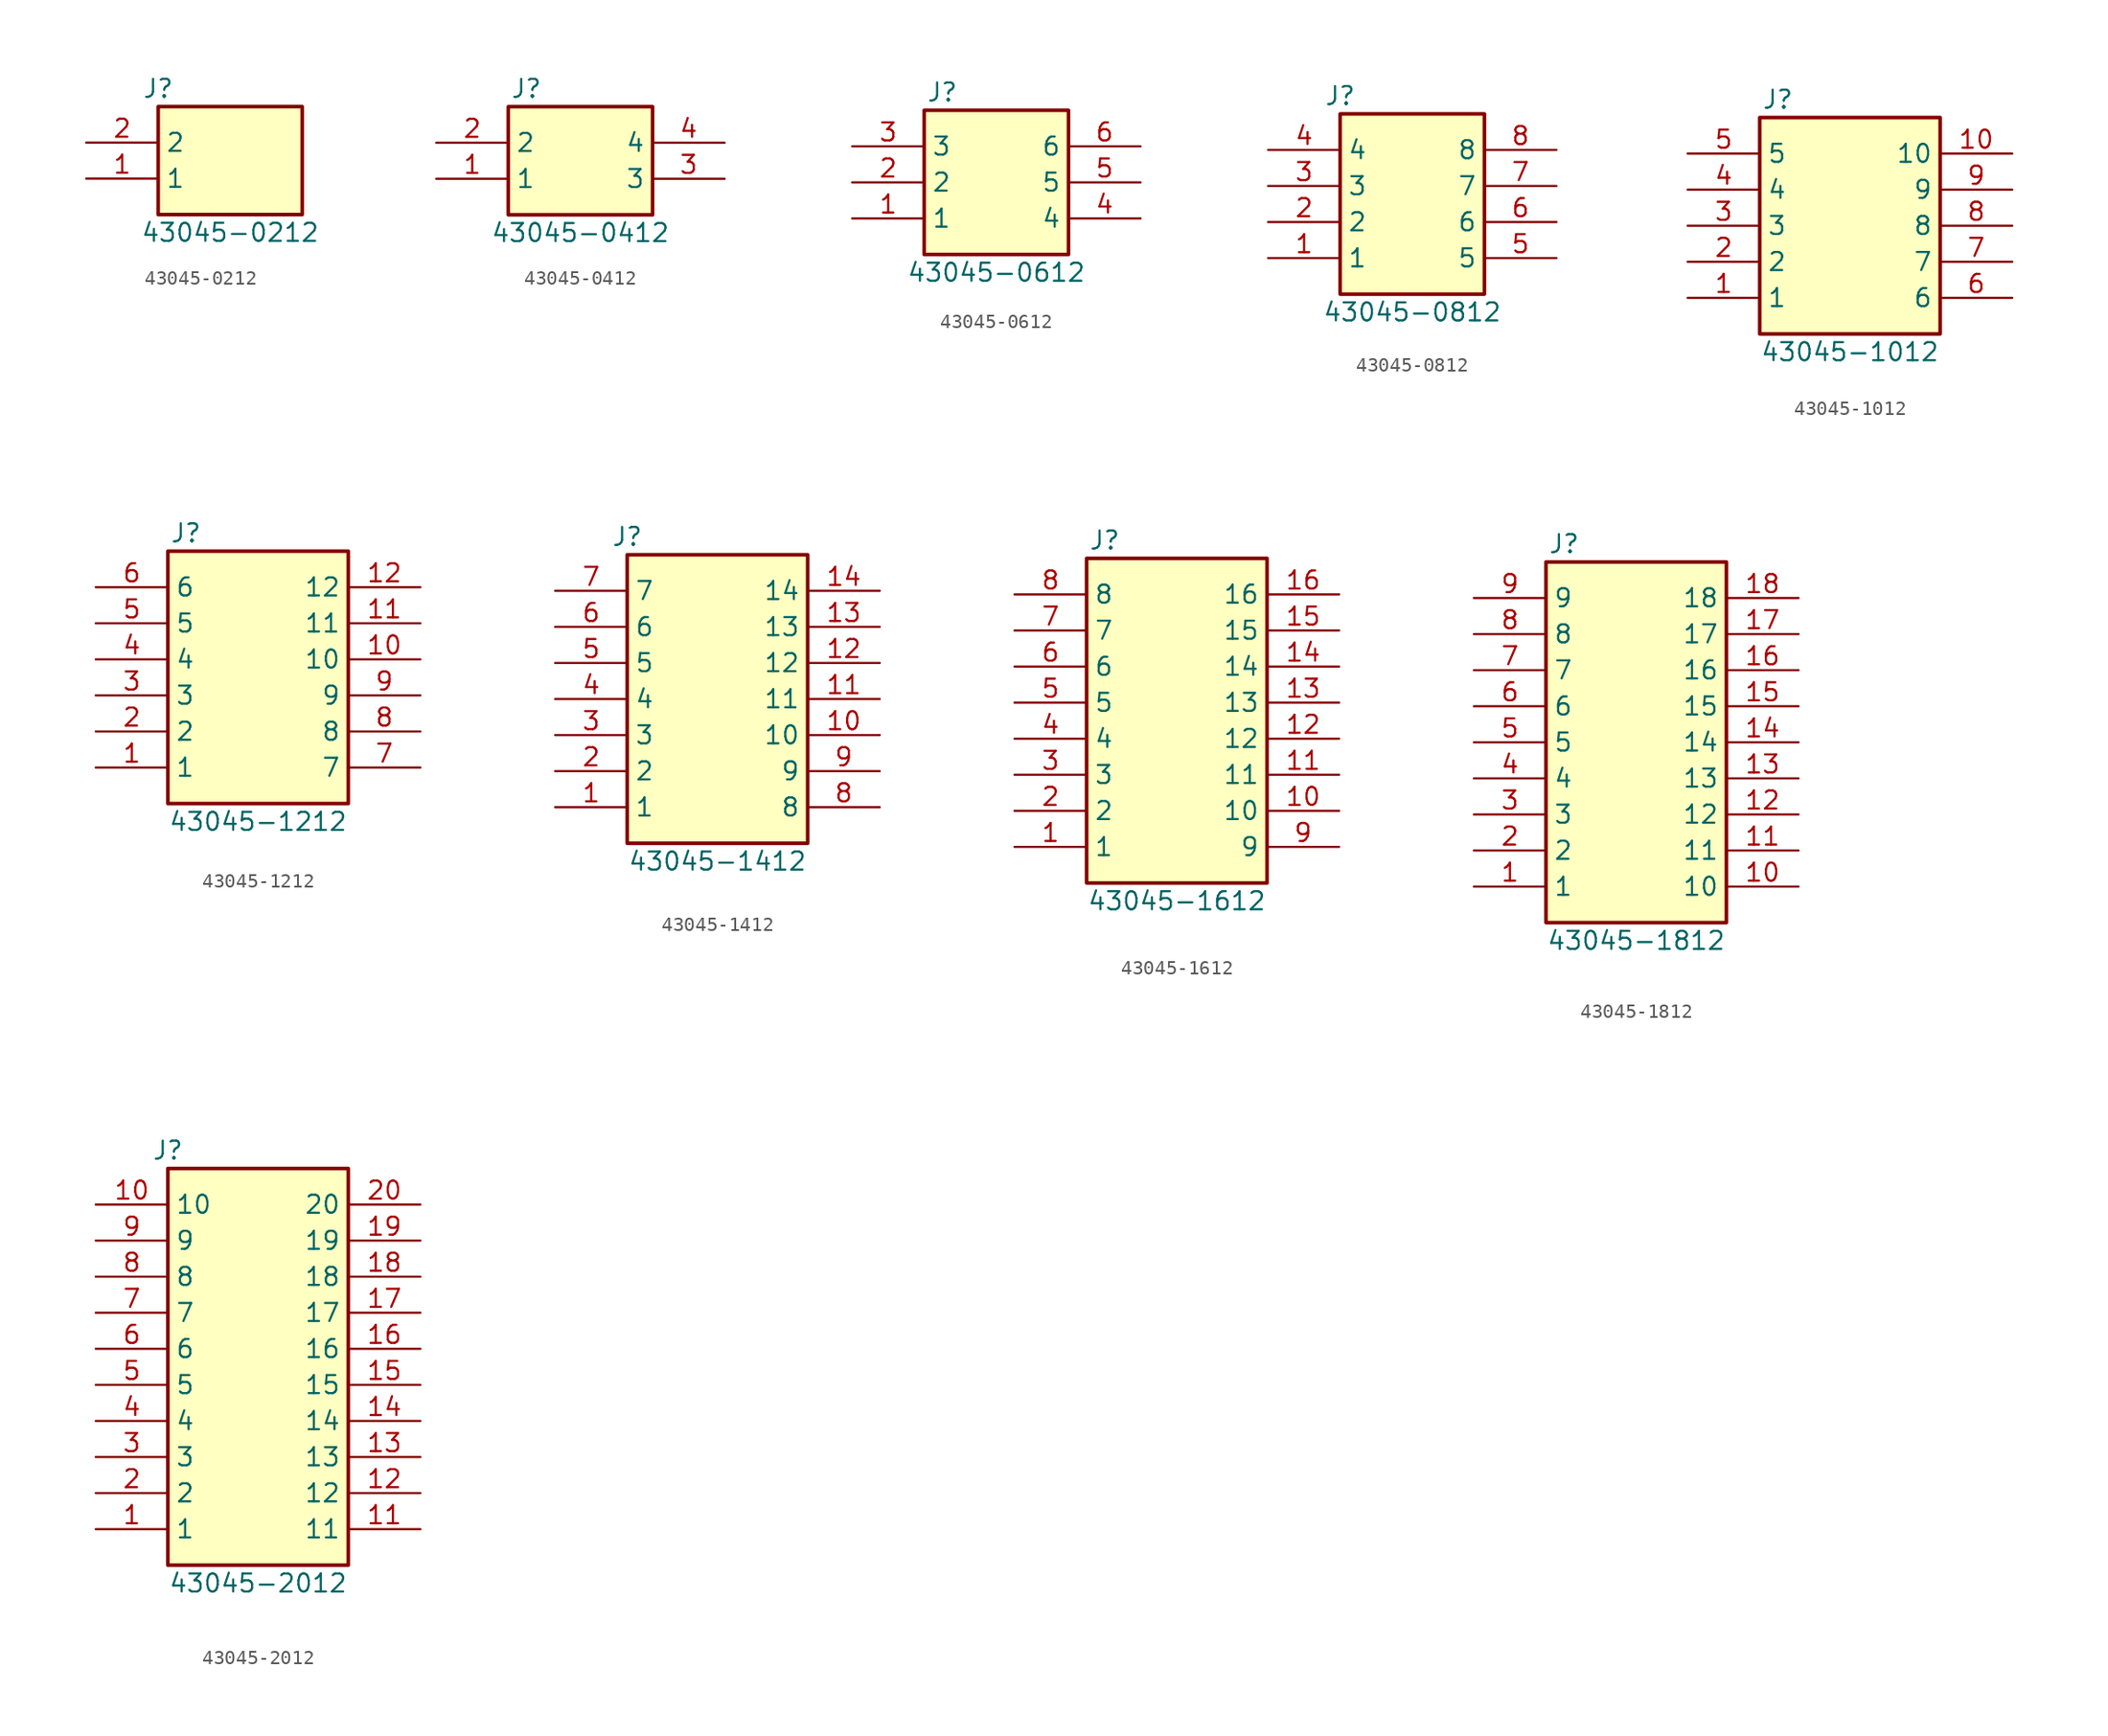
<source format=kicad_sym>
(kicad_symbol_lib
  (version 20220914)
  (generator kicad_symbol_editor)
  (symbol "43045-0212"
    (property "Reference" "J"
      (at -5.08 5.08 0)
      (effects (font (size 1.27 1.27))))
    (property "Value" "43045-0212"
      (at 0 -5.08 0)
      (effects (font (size 1.27 1.27))))
    (symbol "43045-0212_1_1"
      (rectangle (start -5.08 3.81) (end 5.08 -3.81) (stroke (width 0.254) (type default)) (fill (type background)))
      (pin passive line (at -10.16 -1.27 0) (length 5.08) (name "1" (effects (font (size 1.27 1.27)))) (number "1" (effects (font (size 1.27 1.27)))))
      (pin passive line (at -10.16 1.27 0) (length 5.08) (name "2" (effects (font (size 1.27 1.27)))) (number "2" (effects (font (size 1.27 1.27)))))))
  (symbol "43045-0412"
    (property "Reference" "J"
      (at -3.81 5.08 0)
      (effects (font (size 1.27 1.27))))
    (property "Value" "43045-0412"
      (at 0 -5.08 0)
      (effects (font (size 1.27 1.27))))
    (symbol "43045-0412_1_1"
      (rectangle (start -5.08 3.81) (end 5.08 -3.81) (stroke (width 0.254) (type default)) (fill (type background)))
      (pin passive line (at -10.16 -1.27 0) (length 5.08) (name "1" (effects (font (size 1.27 1.27)))) (number "1" (effects (font (size 1.27 1.27)))))
      (pin passive line (at -10.16 1.27 0) (length 5.08) (name "2" (effects (font (size 1.27 1.27)))) (number "2" (effects (font (size 1.27 1.27)))))
      (pin passive line (at 10.16 -1.27 180) (length 5.08) (name "3" (effects (font (size 1.27 1.27)))) (number "3" (effects (font (size 1.27 1.27)))))
      (pin passive line (at 10.16 1.27 180) (length 5.08) (name "4" (effects (font (size 1.27 1.27)))) (number "4" (effects (font (size 1.27 1.27)))))))
  (symbol "43045-0612"
    (property "Reference" "J"
      (at -3.81 6.35 0)
      (effects (font (size 1.27 1.27))))
    (property "Value" "43045-0612"
      (at 0 -6.35 0)
      (effects (font (size 1.27 1.27))))
    (symbol "43045-0612_1_1"
      (rectangle (start -5.08 5.08) (end 5.08 -5.08) (stroke (width 0.254) (type default)) (fill (type background)))
      (pin passive line (at -10.16 -2.54 0) (length 5.08) (name "1" (effects (font (size 1.27 1.27)))) (number "1" (effects (font (size 1.27 1.27)))))
      (pin passive line (at -10.16 0 0) (length 5.08) (name "2" (effects (font (size 1.27 1.27)))) (number "2" (effects (font (size 1.27 1.27)))))
      (pin passive line (at -10.16 2.54 0) (length 5.08) (name "3" (effects (font (size 1.27 1.27)))) (number "3" (effects (font (size 1.27 1.27)))))
      (pin passive line (at 10.16 -2.54 180) (length 5.08) (name "4" (effects (font (size 1.27 1.27)))) (number "4" (effects (font (size 1.27 1.27)))))
      (pin passive line (at 10.16 0 180) (length 5.08) (name "5" (effects (font (size 1.27 1.27)))) (number "5" (effects (font (size 1.27 1.27)))))
      (pin passive line (at 10.16 2.54 180) (length 5.08) (name "6" (effects (font (size 1.27 1.27)))) (number "6" (effects (font (size 1.27 1.27)))))))
  (symbol "43045-0812"
    (property "Reference" "J"
      (at -5.08 7.62 0)
      (effects (font (size 1.27 1.27))))
    (property "Value" "43045-0812"
      (at 0 -7.62 0)
      (effects (font (size 1.27 1.27))))
    (symbol "43045-0812_1_1"
      (rectangle (start -5.08 6.35) (end 5.08 -6.35) (stroke (width 0.254) (type default)) (fill (type background)))
      (pin passive line (at -10.16 -3.81 0) (length 5.08) (name "1" (effects (font (size 1.27 1.27)))) (number "1" (effects (font (size 1.27 1.27)))))
      (pin passive line (at -10.16 -1.27 0) (length 5.08) (name "2" (effects (font (size 1.27 1.27)))) (number "2" (effects (font (size 1.27 1.27)))))
      (pin passive line (at -10.16 1.27 0) (length 5.08) (name "3" (effects (font (size 1.27 1.27)))) (number "3" (effects (font (size 1.27 1.27)))))
      (pin passive line (at -10.16 3.81 0) (length 5.08) (name "4" (effects (font (size 1.27 1.27)))) (number "4" (effects (font (size 1.27 1.27)))))
      (pin passive line (at 10.16 -3.81 180) (length 5.08) (name "5" (effects (font (size 1.27 1.27)))) (number "5" (effects (font (size 1.27 1.27)))))
      (pin passive line (at 10.16 -1.27 180) (length 5.08) (name "6" (effects (font (size 1.27 1.27)))) (number "6" (effects (font (size 1.27 1.27)))))
      (pin passive line (at 10.16 1.27 180) (length 5.08) (name "7" (effects (font (size 1.27 1.27)))) (number "7" (effects (font (size 1.27 1.27)))))
      (pin passive line (at 10.16 3.81 180) (length 5.08) (name "8" (effects (font (size 1.27 1.27)))) (number "8" (effects (font (size 1.27 1.27)))))))
  (symbol "43045-1012"
    (property "Reference" "J"
      (at -5.08 8.89 0)
      (effects (font (size 1.27 1.27))))
    (property "Value" "43045-1012"
      (at 0 -8.89 0)
      (effects (font (size 1.27 1.27))))
    (symbol "43045-1012_1_1"
      (rectangle (start -6.35 7.62) (end 6.35 -7.62) (stroke (width 0.254) (type default)) (fill (type background)))
      (pin passive line (at -11.43 -5.08 0) (length 5.08) (name "1" (effects (font (size 1.27 1.27)))) (number "1" (effects (font (size 1.27 1.27)))))
      (pin passive line (at 11.43 5.08 180) (length 5.08) (name "10" (effects (font (size 1.27 1.27)))) (number "10" (effects (font (size 1.27 1.27)))))
      (pin passive line (at -11.43 -2.54 0) (length 5.08) (name "2" (effects (font (size 1.27 1.27)))) (number "2" (effects (font (size 1.27 1.27)))))
      (pin passive line (at -11.43 0 0) (length 5.08) (name "3" (effects (font (size 1.27 1.27)))) (number "3" (effects (font (size 1.27 1.27)))))
      (pin passive line (at -11.43 2.54 0) (length 5.08) (name "4" (effects (font (size 1.27 1.27)))) (number "4" (effects (font (size 1.27 1.27)))))
      (pin passive line (at -11.43 5.08 0) (length 5.08) (name "5" (effects (font (size 1.27 1.27)))) (number "5" (effects (font (size 1.27 1.27)))))
      (pin passive line (at 11.43 -5.08 180) (length 5.08) (name "6" (effects (font (size 1.27 1.27)))) (number "6" (effects (font (size 1.27 1.27)))))
      (pin passive line (at 11.43 -2.54 180) (length 5.08) (name "7" (effects (font (size 1.27 1.27)))) (number "7" (effects (font (size 1.27 1.27)))))
      (pin passive line (at 11.43 0 180) (length 5.08) (name "8" (effects (font (size 1.27 1.27)))) (number "8" (effects (font (size 1.27 1.27)))))
      (pin passive line (at 11.43 2.54 180) (length 5.08) (name "9" (effects (font (size 1.27 1.27)))) (number "9" (effects (font (size 1.27 1.27)))))))
  (symbol "43045-1212"
    (property "Reference" "J"
      (at -5.08 10.16 0)
      (effects (font (size 1.27 1.27))))
    (property "Value" "43045-1212"
      (at 0 -10.16 0)
      (effects (font (size 1.27 1.27))))
    (symbol "43045-1212_1_1"
      (rectangle (start -6.35 8.89) (end 6.35 -8.89) (stroke (width 0.254) (type default)) (fill (type background)))
      (pin passive line (at -11.43 -6.35 0) (length 5.08) (name "1" (effects (font (size 1.27 1.27)))) (number "1" (effects (font (size 1.27 1.27)))))
      (pin passive line (at 11.43 1.27 180) (length 5.08) (name "10" (effects (font (size 1.27 1.27)))) (number "10" (effects (font (size 1.27 1.27)))))
      (pin passive line (at 11.43 3.81 180) (length 5.08) (name "11" (effects (font (size 1.27 1.27)))) (number "11" (effects (font (size 1.27 1.27)))))
      (pin passive line (at 11.43 6.35 180) (length 5.08) (name "12" (effects (font (size 1.27 1.27)))) (number "12" (effects (font (size 1.27 1.27)))))
      (pin passive line (at -11.43 -3.81 0) (length 5.08) (name "2" (effects (font (size 1.27 1.27)))) (number "2" (effects (font (size 1.27 1.27)))))
      (pin passive line (at -11.43 -1.27 0) (length 5.08) (name "3" (effects (font (size 1.27 1.27)))) (number "3" (effects (font (size 1.27 1.27)))))
      (pin passive line (at -11.43 1.27 0) (length 5.08) (name "4" (effects (font (size 1.27 1.27)))) (number "4" (effects (font (size 1.27 1.27)))))
      (pin passive line (at -11.43 3.81 0) (length 5.08) (name "5" (effects (font (size 1.27 1.27)))) (number "5" (effects (font (size 1.27 1.27)))))
      (pin passive line (at -11.43 6.35 0) (length 5.08) (name "6" (effects (font (size 1.27 1.27)))) (number "6" (effects (font (size 1.27 1.27)))))
      (pin passive line (at 11.43 -6.35 180) (length 5.08) (name "7" (effects (font (size 1.27 1.27)))) (number "7" (effects (font (size 1.27 1.27)))))
      (pin passive line (at 11.43 -3.81 180) (length 5.08) (name "8" (effects (font (size 1.27 1.27)))) (number "8" (effects (font (size 1.27 1.27)))))
      (pin passive line (at 11.43 -1.27 180) (length 5.08) (name "9" (effects (font (size 1.27 1.27)))) (number "9" (effects (font (size 1.27 1.27)))))))
  (symbol "43045-1412"
    (property "Reference" "J"
      (at -6.35 11.43 0)
      (effects (font (size 1.27 1.27))))
    (property "Value" "43045-1412"
      (at 0 -11.43 0)
      (effects (font (size 1.27 1.27))))
    (symbol "43045-1412_1_1"
      (rectangle (start -6.35 10.16) (end 6.35 -10.16) (stroke (width 0.254) (type default)) (fill (type background)))
      (pin passive line (at -11.43 -7.62 0) (length 5.08) (name "1" (effects (font (size 1.27 1.27)))) (number "1" (effects (font (size 1.27 1.27)))))
      (pin passive line (at 11.43 -2.54 180) (length 5.08) (name "10" (effects (font (size 1.27 1.27)))) (number "10" (effects (font (size 1.27 1.27)))))
      (pin passive line (at 11.43 0 180) (length 5.08) (name "11" (effects (font (size 1.27 1.27)))) (number "11" (effects (font (size 1.27 1.27)))))
      (pin passive line (at 11.43 2.54 180) (length 5.08) (name "12" (effects (font (size 1.27 1.27)))) (number "12" (effects (font (size 1.27 1.27)))))
      (pin passive line (at 11.43 5.08 180) (length 5.08) (name "13" (effects (font (size 1.27 1.27)))) (number "13" (effects (font (size 1.27 1.27)))))
      (pin passive line (at 11.43 7.62 180) (length 5.08) (name "14" (effects (font (size 1.27 1.27)))) (number "14" (effects (font (size 1.27 1.27)))))
      (pin passive line (at -11.43 -5.08 0) (length 5.08) (name "2" (effects (font (size 1.27 1.27)))) (number "2" (effects (font (size 1.27 1.27)))))
      (pin passive line (at -11.43 -2.54 0) (length 5.08) (name "3" (effects (font (size 1.27 1.27)))) (number "3" (effects (font (size 1.27 1.27)))))
      (pin passive line (at -11.43 0 0) (length 5.08) (name "4" (effects (font (size 1.27 1.27)))) (number "4" (effects (font (size 1.27 1.27)))))
      (pin passive line (at -11.43 2.54 0) (length 5.08) (name "5" (effects (font (size 1.27 1.27)))) (number "5" (effects (font (size 1.27 1.27)))))
      (pin passive line (at -11.43 5.08 0) (length 5.08) (name "6" (effects (font (size 1.27 1.27)))) (number "6" (effects (font (size 1.27 1.27)))))
      (pin passive line (at -11.43 7.62 0) (length 5.08) (name "7" (effects (font (size 1.27 1.27)))) (number "7" (effects (font (size 1.27 1.27)))))
      (pin passive line (at 11.43 -7.62 180) (length 5.08) (name "8" (effects (font (size 1.27 1.27)))) (number "8" (effects (font (size 1.27 1.27)))))
      (pin passive line (at 11.43 -5.08 180) (length 5.08) (name "9" (effects (font (size 1.27 1.27)))) (number "9" (effects (font (size 1.27 1.27)))))))
  (symbol "43045-1612"
    (property "Reference" "J"
      (at -5.08 12.7 0)
      (effects (font (size 1.27 1.27))))
    (property "Value" "43045-1612"
      (at 0 -12.7 0)
      (effects (font (size 1.27 1.27))))
    (symbol "43045-1612_1_1"
      (rectangle (start -6.35 11.43) (end 6.35 -11.43) (stroke (width 0.254) (type default)) (fill (type background)))
      (pin passive line (at -11.43 -8.89 0) (length 5.08) (name "1" (effects (font (size 1.27 1.27)))) (number "1" (effects (font (size 1.27 1.27)))))
      (pin passive line (at 11.43 -6.35 180) (length 5.08) (name "10" (effects (font (size 1.27 1.27)))) (number "10" (effects (font (size 1.27 1.27)))))
      (pin passive line (at 11.43 -3.81 180) (length 5.08) (name "11" (effects (font (size 1.27 1.27)))) (number "11" (effects (font (size 1.27 1.27)))))
      (pin passive line (at 11.43 -1.27 180) (length 5.08) (name "12" (effects (font (size 1.27 1.27)))) (number "12" (effects (font (size 1.27 1.27)))))
      (pin passive line (at 11.43 1.27 180) (length 5.08) (name "13" (effects (font (size 1.27 1.27)))) (number "13" (effects (font (size 1.27 1.27)))))
      (pin passive line (at 11.43 3.81 180) (length 5.08) (name "14" (effects (font (size 1.27 1.27)))) (number "14" (effects (font (size 1.27 1.27)))))
      (pin passive line (at 11.43 6.35 180) (length 5.08) (name "15" (effects (font (size 1.27 1.27)))) (number "15" (effects (font (size 1.27 1.27)))))
      (pin passive line (at 11.43 8.89 180) (length 5.08) (name "16" (effects (font (size 1.27 1.27)))) (number "16" (effects (font (size 1.27 1.27)))))
      (pin passive line (at -11.43 -6.35 0) (length 5.08) (name "2" (effects (font (size 1.27 1.27)))) (number "2" (effects (font (size 1.27 1.27)))))
      (pin passive line (at -11.43 -3.81 0) (length 5.08) (name "3" (effects (font (size 1.27 1.27)))) (number "3" (effects (font (size 1.27 1.27)))))
      (pin passive line (at -11.43 -1.27 0) (length 5.08) (name "4" (effects (font (size 1.27 1.27)))) (number "4" (effects (font (size 1.27 1.27)))))
      (pin passive line (at -11.43 1.27 0) (length 5.08) (name "5" (effects (font (size 1.27 1.27)))) (number "5" (effects (font (size 1.27 1.27)))))
      (pin passive line (at -11.43 3.81 0) (length 5.08) (name "6" (effects (font (size 1.27 1.27)))) (number "6" (effects (font (size 1.27 1.27)))))
      (pin passive line (at -11.43 6.35 0) (length 5.08) (name "7" (effects (font (size 1.27 1.27)))) (number "7" (effects (font (size 1.27 1.27)))))
      (pin passive line (at -11.43 8.89 0) (length 5.08) (name "8" (effects (font (size 1.27 1.27)))) (number "8" (effects (font (size 1.27 1.27)))))
      (pin passive line (at 11.43 -8.89 180) (length 5.08) (name "9" (effects (font (size 1.27 1.27)))) (number "9" (effects (font (size 1.27 1.27)))))))
  (symbol "43045-1812"
    (property "Reference" "J"
      (at -5.08 13.97 0)
      (effects (font (size 1.27 1.27))))
    (property "Value" "43045-1812"
      (at 0 -13.97 0)
      (effects (font (size 1.27 1.27))))
    (symbol "43045-1812_1_1"
      (rectangle (start -6.35 12.7) (end 6.35 -12.7) (stroke (width 0.254) (type default)) (fill (type background)))
      (pin passive line (at -11.43 -10.16 0) (length 5.08) (name "1" (effects (font (size 1.27 1.27)))) (number "1" (effects (font (size 1.27 1.27)))))
      (pin passive line (at 11.43 -10.16 180) (length 5.08) (name "10" (effects (font (size 1.27 1.27)))) (number "10" (effects (font (size 1.27 1.27)))))
      (pin passive line (at 11.43 -7.62 180) (length 5.08) (name "11" (effects (font (size 1.27 1.27)))) (number "11" (effects (font (size 1.27 1.27)))))
      (pin passive line (at 11.43 -5.08 180) (length 5.08) (name "12" (effects (font (size 1.27 1.27)))) (number "12" (effects (font (size 1.27 1.27)))))
      (pin passive line (at 11.43 -2.54 180) (length 5.08) (name "13" (effects (font (size 1.27 1.27)))) (number "13" (effects (font (size 1.27 1.27)))))
      (pin passive line (at 11.43 0 180) (length 5.08) (name "14" (effects (font (size 1.27 1.27)))) (number "14" (effects (font (size 1.27 1.27)))))
      (pin passive line (at 11.43 2.54 180) (length 5.08) (name "15" (effects (font (size 1.27 1.27)))) (number "15" (effects (font (size 1.27 1.27)))))
      (pin passive line (at 11.43 5.08 180) (length 5.08) (name "16" (effects (font (size 1.27 1.27)))) (number "16" (effects (font (size 1.27 1.27)))))
      (pin passive line (at 11.43 7.62 180) (length 5.08) (name "17" (effects (font (size 1.27 1.27)))) (number "17" (effects (font (size 1.27 1.27)))))
      (pin passive line (at 11.43 10.16 180) (length 5.08) (name "18" (effects (font (size 1.27 1.27)))) (number "18" (effects (font (size 1.27 1.27)))))
      (pin passive line (at -11.43 -7.62 0) (length 5.08) (name "2" (effects (font (size 1.27 1.27)))) (number "2" (effects (font (size 1.27 1.27)))))
      (pin passive line (at -11.43 -5.08 0) (length 5.08) (name "3" (effects (font (size 1.27 1.27)))) (number "3" (effects (font (size 1.27 1.27)))))
      (pin passive line (at -11.43 -2.54 0) (length 5.08) (name "4" (effects (font (size 1.27 1.27)))) (number "4" (effects (font (size 1.27 1.27)))))
      (pin passive line (at -11.43 0 0) (length 5.08) (name "5" (effects (font (size 1.27 1.27)))) (number "5" (effects (font (size 1.27 1.27)))))
      (pin passive line (at -11.43 2.54 0) (length 5.08) (name "6" (effects (font (size 1.27 1.27)))) (number "6" (effects (font (size 1.27 1.27)))))
      (pin passive line (at -11.43 5.08 0) (length 5.08) (name "7" (effects (font (size 1.27 1.27)))) (number "7" (effects (font (size 1.27 1.27)))))
      (pin passive line (at -11.43 7.62 0) (length 5.08) (name "8" (effects (font (size 1.27 1.27)))) (number "8" (effects (font (size 1.27 1.27)))))
      (pin passive line (at -11.43 10.16 0) (length 5.08) (name "9" (effects (font (size 1.27 1.27)))) (number "9" (effects (font (size 1.27 1.27)))))))
  (symbol "43045-2012"
    (property "Reference" "J"
      (at -6.35 15.24 0)
      (effects (font (size 1.27 1.27))))
    (property "Value" "43045-2012"
      (at 0 -15.24 0)
      (effects (font (size 1.27 1.27))))
    (symbol "43045-2012_1_1"
      (rectangle (start -6.35 13.97) (end 6.35 -13.97) (stroke (width 0.254) (type default)) (fill (type background)))
      (pin passive line (at -11.43 -11.43 0) (length 5.08) (name "1" (effects (font (size 1.27 1.27)))) (number "1" (effects (font (size 1.27 1.27)))))
      (pin passive line (at -11.43 11.43 0) (length 5.08) (name "10" (effects (font (size 1.27 1.27)))) (number "10" (effects (font (size 1.27 1.27)))))
      (pin passive line (at 11.43 -11.43 180) (length 5.08) (name "11" (effects (font (size 1.27 1.27)))) (number "11" (effects (font (size 1.27 1.27)))))
      (pin passive line (at 11.43 -8.89 180) (length 5.08) (name "12" (effects (font (size 1.27 1.27)))) (number "12" (effects (font (size 1.27 1.27)))))
      (pin passive line (at 11.43 -6.35 180) (length 5.08) (name "13" (effects (font (size 1.27 1.27)))) (number "13" (effects (font (size 1.27 1.27)))))
      (pin passive line (at 11.43 -3.81 180) (length 5.08) (name "14" (effects (font (size 1.27 1.27)))) (number "14" (effects (font (size 1.27 1.27)))))
      (pin passive line (at 11.43 -1.27 180) (length 5.08) (name "15" (effects (font (size 1.27 1.27)))) (number "15" (effects (font (size 1.27 1.27)))))
      (pin passive line (at 11.43 1.27 180) (length 5.08) (name "16" (effects (font (size 1.27 1.27)))) (number "16" (effects (font (size 1.27 1.27)))))
      (pin passive line (at 11.43 3.81 180) (length 5.08) (name "17" (effects (font (size 1.27 1.27)))) (number "17" (effects (font (size 1.27 1.27)))))
      (pin passive line (at 11.43 6.35 180) (length 5.08) (name "18" (effects (font (size 1.27 1.27)))) (number "18" (effects (font (size 1.27 1.27)))))
      (pin passive line (at 11.43 8.89 180) (length 5.08) (name "19" (effects (font (size 1.27 1.27)))) (number "19" (effects (font (size 1.27 1.27)))))
      (pin passive line (at -11.43 -8.89 0) (length 5.08) (name "2" (effects (font (size 1.27 1.27)))) (number "2" (effects (font (size 1.27 1.27)))))
      (pin passive line (at 11.43 11.43 180) (length 5.08) (name "20" (effects (font (size 1.27 1.27)))) (number "20" (effects (font (size 1.27 1.27)))))
      (pin passive line (at -11.43 -6.35 0) (length 5.08) (name "3" (effects (font (size 1.27 1.27)))) (number "3" (effects (font (size 1.27 1.27)))))
      (pin passive line (at -11.43 -3.81 0) (length 5.08) (name "4" (effects (font (size 1.27 1.27)))) (number "4" (effects (font (size 1.27 1.27)))))
      (pin passive line (at -11.43 -1.27 0) (length 5.08) (name "5" (effects (font (size 1.27 1.27)))) (number "5" (effects (font (size 1.27 1.27)))))
      (pin passive line (at -11.43 1.27 0) (length 5.08) (name "6" (effects (font (size 1.27 1.27)))) (number "6" (effects (font (size 1.27 1.27)))))
      (pin passive line (at -11.43 3.81 0) (length 5.08) (name "7" (effects (font (size 1.27 1.27)))) (number "7" (effects (font (size 1.27 1.27)))))
      (pin passive line (at -11.43 6.35 0) (length 5.08) (name "8" (effects (font (size 1.27 1.27)))) (number "8" (effects (font (size 1.27 1.27)))))
      (pin passive line (at -11.43 8.89 0) (length 5.08) (name "9" (effects (font (size 1.27 1.27)))) (number "9" (effects (font (size 1.27 1.27))))))))
</source>
